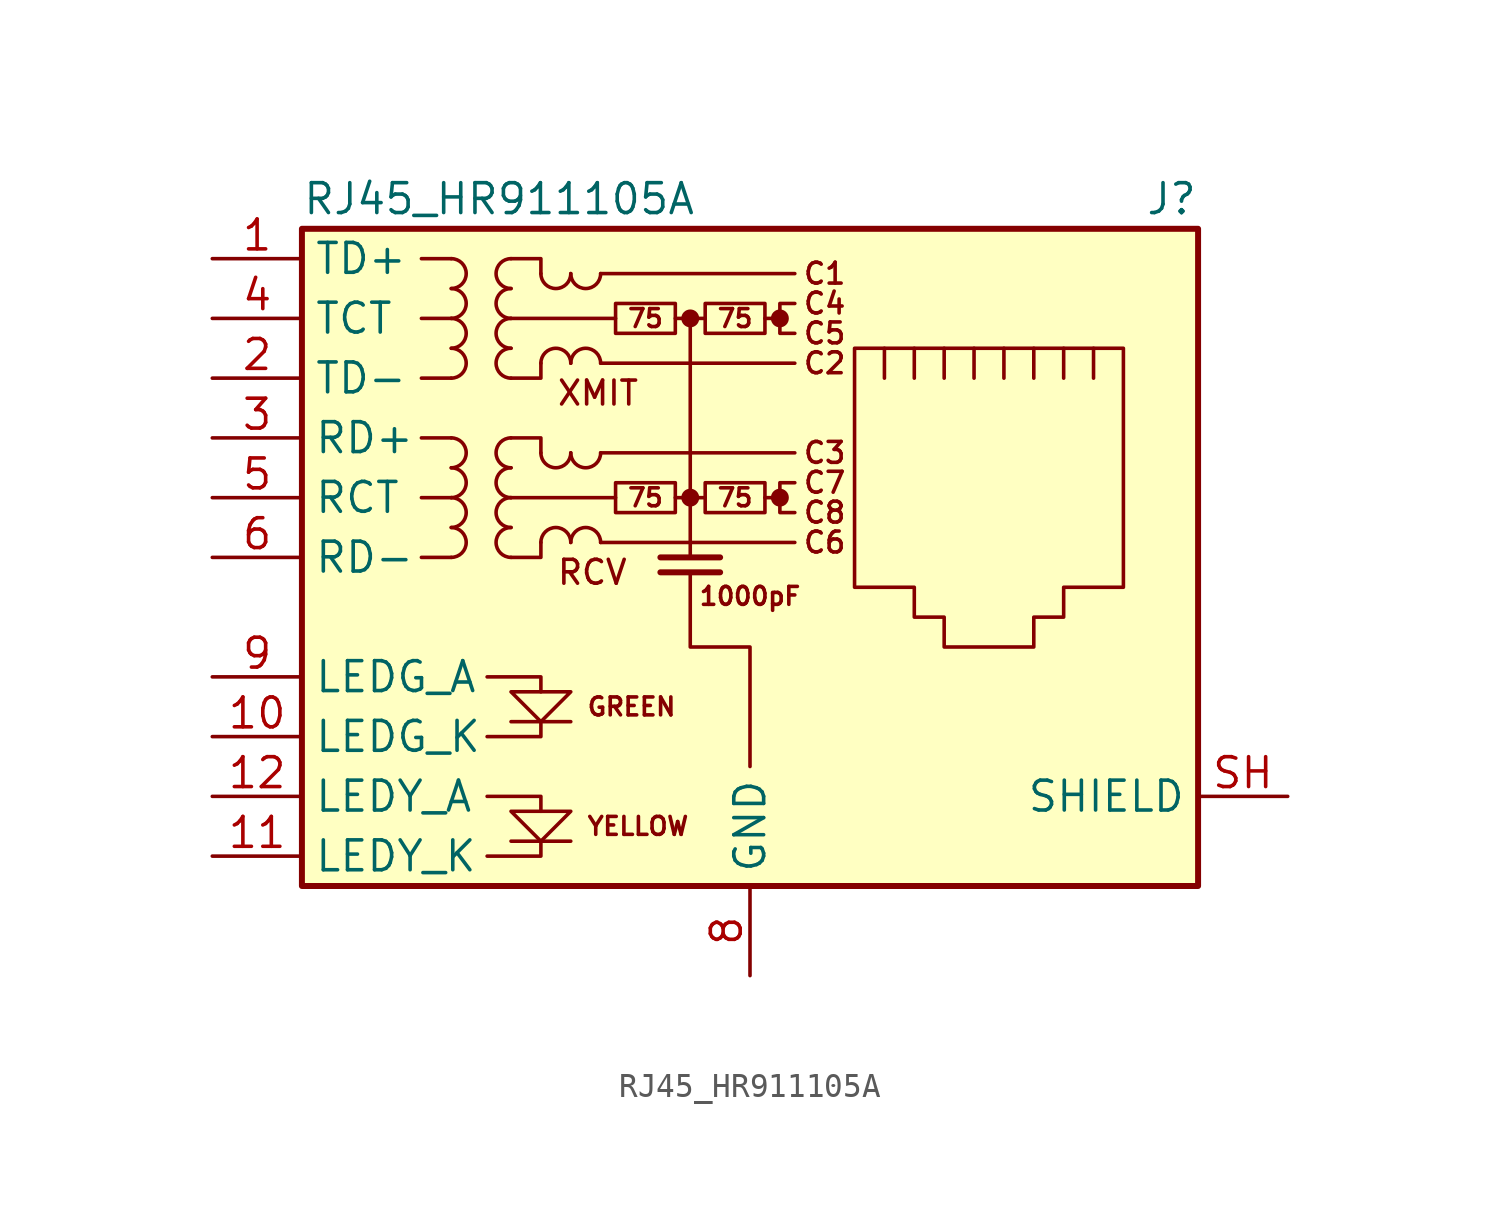
<source format=kicad_sym>
(kicad_symbol_lib
  (version 20220914)
  (generator kicad_symbol_editor)
  (symbol "RJ45_HR911105A"
    (property "Reference" "J"
      (at 19.05 15.24 0)
      (effects (font (size 1.27 1.27)) (justify right)))
    (property "Value" "RJ45_HR911105A"
      (at -19.05 15.24 0)
      (effects (font (size 1.27 1.27)) (justify left)))
    (symbol "RJ45_HR911105A_0_0"
      (circle (center -2.54 2.54) (radius 0.254) (stroke (width 0.254) (type default)) (fill (type outline)))
      (circle (center -2.54 10.16) (radius 0.254) (stroke (width 0.254) (type default)) (fill (type outline)))
      (polyline (pts (xy -7.62 -12.065) (xy -10.16 -12.065)) (stroke (width 0) (type default)) (fill (type none)))
      (polyline (pts (xy -7.62 -6.985) (xy -10.16 -6.985)) (stroke (width 0) (type default)) (fill (type none)))
      (polyline (pts (xy -2.54 10.16) (xy -2.54 0)) (stroke (width 0) (type default)) (fill (type none)))
      (polyline (pts (xy -1.27 -0.635) (xy -3.81 -0.635)) (stroke (width 0.254) (type default)) (fill (type none)))
      (polyline (pts (xy -1.27 0) (xy -3.81 0)) (stroke (width 0.254) (type default)) (fill (type none)))
      (polyline (pts (xy 1.27 2.54) (xy 0.635 2.54)) (stroke (width 0) (type default)) (fill (type none)))
      (polyline (pts (xy 1.27 10.16) (xy 0.635 10.16)) (stroke (width 0) (type default)) (fill (type none)))
      (polyline (pts (xy -11.176 -12.7) (xy -8.89 -12.7) (xy -8.89 -12.065)) (stroke (width 0) (type default)) (fill (type none)))
      (polyline (pts (xy -11.176 -10.16) (xy -8.89 -10.16) (xy -8.89 -10.795)) (stroke (width 0) (type default)) (fill (type none)))
      (polyline (pts (xy -11.176 -5.08) (xy -8.89 -5.08) (xy -8.89 -5.715)) (stroke (width 0) (type default)) (fill (type none)))
      (polyline (pts (xy -8.89 -6.985) (xy -8.89 -7.62) (xy -11.176 -7.62)) (stroke (width 0) (type default)) (fill (type none)))
      (polyline (pts (xy -10.16 -5.715) (xy -7.62 -5.715) (xy -8.89 -6.985) (xy -10.16 -5.715)) (stroke (width 0) (type default)) (fill (type none)))
      (polyline (pts (xy -7.62 -10.795) (xy -10.16 -10.795) (xy -8.89 -12.065) (xy -7.62 -10.795)) (stroke (width 0) (type default)) (fill (type none)))
      (polyline (pts (xy -2.54 -0.635) (xy -2.54 -3.81) (xy 0 -3.81) (xy 0 -8.89)) (stroke (width 0) (type default)) (fill (type none)))
      (polyline (pts (xy 1.905 3.175) (xy 1.27 3.175) (xy 1.27 1.905) (xy 1.905 1.905)) (stroke (width 0) (type default)) (fill (type none)))
      (polyline (pts (xy 1.905 10.795) (xy 1.27 10.795) (xy 1.27 9.525) (xy 1.905 9.525)) (stroke (width 0) (type default)) (fill (type none)))
      (circle (center 1.27 2.54) (radius 0.254) (stroke (width 0.254) (type default)) (fill (type outline)))
      (circle (center 1.27 10.16) (radius 0.254) (stroke (width 0.254) (type default)) (fill (type outline)))
      (text "1000pF" (at 0 -1.651 0) (effects (font (size 0.762 0.762))))
      (text "75" (at -4.445 2.54 0) (effects (font (size 0.762 0.762))))
      (text "75" (at -4.445 10.16 0) (effects (font (size 0.762 0.762))))
      (text "75" (at -0.635 2.54 0) (effects (font (size 0.762 0.762))))
      (text "75" (at -0.635 10.16 0) (effects (font (size 0.762 0.762))))
      (text "C1" (at 3.175 12.065 0) (effects (font (size 0.889 0.889))))
      (text "C2" (at 3.175 8.255 0) (effects (font (size 0.889 0.889))))
      (text "C3" (at 3.175 4.445 0) (effects (font (size 0.889 0.889))))
      (text "C4" (at 3.175 10.795 0) (effects (font (size 0.889 0.889))))
      (text "C5" (at 3.175 9.525 0) (effects (font (size 0.889 0.889))))
      (text "C6" (at 3.175 0.635 0) (effects (font (size 0.889 0.889))))
      (text "C7" (at 3.175 3.175 0) (effects (font (size 0.889 0.889))))
      (text "C8" (at 3.175 1.905 0) (effects (font (size 0.889 0.889))))
      (text "GREEN" (at -6.985 -6.35 0) (effects (font (size 0.762 0.762)) (justify left)))
      (text "RCV" (at -8.255 -0.635 0) (effects (font (size 1.016 1.016)) (justify left)))
      (text "XMIT" (at -8.255 6.985 0) (effects (font (size 1.016 1.016)) (justify left)))
      (text "YELLOW" (at -6.985 -11.43 0) (effects (font (size 0.762 0.762)) (justify left))))
    (symbol "RJ45_HR911105A_0_1"
      (rectangle (start -19.05 13.97) (end 19.05 -13.97) (stroke (width 0.254) (type default)) (fill (type background)))
      (arc (start -12.7 0) (mid -12.0677 0.635) (end -12.7 1.27) (stroke (width 0) (type default)) (fill (type none)))
      (arc (start -12.7 1.27) (mid -12.0677 1.905) (end -12.7 2.54) (stroke (width 0) (type default)) (fill (type none)))
      (arc (start -12.7 2.54) (mid -12.0677 3.175) (end -12.7 3.81) (stroke (width 0) (type default)) (fill (type none)))
      (arc (start -12.7 3.81) (mid -12.0677 4.445) (end -12.7 5.08) (stroke (width 0) (type default)) (fill (type none)))
      (arc (start -12.7 7.62) (mid -12.0677 8.255) (end -12.7 8.89) (stroke (width 0) (type default)) (fill (type none)))
      (arc (start -12.7 8.89) (mid -12.0677 9.525) (end -12.7 10.16) (stroke (width 0) (type default)) (fill (type none)))
      (arc (start -12.7 10.16) (mid -12.0677 10.795) (end -12.7 11.43) (stroke (width 0) (type default)) (fill (type none)))
      (arc (start -12.7 11.43) (mid -12.0677 12.065) (end -12.7 12.7) (stroke (width 0) (type default)) (fill (type none)))
      (arc (start -10.16 1.27) (mid -10.7923 0.635) (end -10.16 0) (stroke (width 0) (type default)) (fill (type none)))
      (arc (start -10.16 2.54) (mid -10.7923 1.905) (end -10.16 1.27) (stroke (width 0) (type default)) (fill (type none)))
      (arc (start -10.16 3.81) (mid -10.7923 3.175) (end -10.16 2.54) (stroke (width 0) (type default)) (fill (type none)))
      (arc (start -10.16 5.08) (mid -10.7923 4.445) (end -10.16 3.81) (stroke (width 0) (type default)) (fill (type none)))
      (arc (start -10.16 8.89) (mid -10.7923 8.255) (end -10.16 7.62) (stroke (width 0) (type default)) (fill (type none)))
      (arc (start -10.16 10.16) (mid -10.7923 9.525) (end -10.16 8.89) (stroke (width 0) (type default)) (fill (type none)))
      (arc (start -10.16 11.43) (mid -10.7923 10.795) (end -10.16 10.16) (stroke (width 0) (type default)) (fill (type none)))
      (arc (start -10.16 12.7) (mid -10.7923 12.065) (end -10.16 11.43) (stroke (width 0) (type default)) (fill (type none)))
      (arc (start -8.89 4.445) (mid -8.255 3.8127) (end -7.62 4.445) (stroke (width 0) (type default)) (fill (type none)))
      (arc (start -8.89 12.065) (mid -8.255 11.4327) (end -7.62 12.065) (stroke (width 0) (type default)) (fill (type none)))
      (arc (start -7.62 0.635) (mid -8.255 1.2673) (end -8.89 0.635) (stroke (width 0) (type default)) (fill (type none)))
      (arc (start -7.62 4.445) (mid -6.985 3.8127) (end -6.35 4.445) (stroke (width 0) (type default)) (fill (type none)))
      (arc (start -7.62 8.255) (mid -8.255 8.8873) (end -8.89 8.255) (stroke (width 0) (type default)) (fill (type none)))
      (arc (start -7.62 12.065) (mid -6.985 11.4327) (end -6.35 12.065) (stroke (width 0) (type default)) (fill (type none)))
      (arc (start -6.35 0.635) (mid -6.985 1.2673) (end -7.62 0.635) (stroke (width 0) (type default)) (fill (type none)))
      (arc (start -6.35 8.255) (mid -6.985 8.8873) (end -7.62 8.255) (stroke (width 0) (type default)) (fill (type none)))
      (rectangle (start -5.715 3.175) (end -3.175 1.905) (stroke (width 0) (type default)) (fill (type none)))
      (rectangle (start -5.715 10.795) (end -3.175 9.525) (stroke (width 0) (type default)) (fill (type none)))
      (rectangle (start -1.905 3.175) (end 0.635 1.905) (stroke (width 0) (type default)) (fill (type none)))
      (rectangle (start -1.905 10.795) (end 0.635 9.525) (stroke (width 0) (type default)) (fill (type none)))
      (polyline (pts (xy -12.7 0) (xy -13.97 0)) (stroke (width 0) (type default)) (fill (type none)))
      (polyline (pts (xy -12.7 2.54) (xy -13.97 2.54)) (stroke (width 0) (type default)) (fill (type none)))
      (polyline (pts (xy -12.7 5.08) (xy -13.97 5.08)) (stroke (width 0) (type default)) (fill (type none)))
      (polyline (pts (xy -12.7 7.62) (xy -13.97 7.62)) (stroke (width 0) (type default)) (fill (type none)))
      (polyline (pts (xy -12.7 10.16) (xy -13.97 10.16)) (stroke (width 0) (type default)) (fill (type none)))
      (polyline (pts (xy -12.7 12.7) (xy -13.97 12.7)) (stroke (width 0) (type default)) (fill (type none)))
      (polyline (pts (xy -6.35 0.635) (xy 1.905 0.635)) (stroke (width 0) (type default)) (fill (type none)))
      (polyline (pts (xy -6.35 4.445) (xy 1.905 4.445)) (stroke (width 0) (type default)) (fill (type none)))
      (polyline (pts (xy -6.35 8.255) (xy 1.905 8.255)) (stroke (width 0) (type default)) (fill (type none)))
      (polyline (pts (xy -6.35 12.065) (xy 1.905 12.065)) (stroke (width 0) (type default)) (fill (type none)))
      (polyline (pts (xy -5.715 2.54) (xy -10.16 2.54)) (stroke (width 0) (type default)) (fill (type none)))
      (polyline (pts (xy -5.715 10.16) (xy -10.16 10.16)) (stroke (width 0) (type default)) (fill (type none)))
      (polyline (pts (xy -3.175 2.54) (xy -1.905 2.54)) (stroke (width 0) (type default)) (fill (type none)))
      (polyline (pts (xy -3.175 10.16) (xy -1.905 10.16)) (stroke (width 0) (type default)) (fill (type none)))
      (polyline (pts (xy 5.715 7.62) (xy 5.715 8.89)) (stroke (width 0) (type default)) (fill (type none)))
      (polyline (pts (xy 6.985 8.89) (xy 6.985 7.62)) (stroke (width 0) (type default)) (fill (type none)))
      (polyline (pts (xy 8.255 8.89) (xy 8.255 7.62)) (stroke (width 0) (type default)) (fill (type none)))
      (polyline (pts (xy 9.525 8.89) (xy 9.525 7.62)) (stroke (width 0) (type default)) (fill (type none)))
      (polyline (pts (xy 10.795 8.89) (xy 10.795 7.62)) (stroke (width 0) (type default)) (fill (type none)))
      (polyline (pts (xy 12.065 8.89) (xy 12.065 7.62)) (stroke (width 0) (type default)) (fill (type none)))
      (polyline (pts (xy 13.335 7.62) (xy 13.335 8.89)) (stroke (width 0) (type default)) (fill (type none)))
      (polyline (pts (xy 14.605 7.62) (xy 14.605 8.89)) (stroke (width 0) (type default)) (fill (type none)))
      (polyline (pts (xy -10.16 5.08) (xy -8.89 5.08) (xy -8.89 4.445)) (stroke (width 0) (type default)) (fill (type none)))
      (polyline (pts (xy -10.16 12.7) (xy -8.89 12.7) (xy -8.89 12.065)) (stroke (width 0) (type default)) (fill (type none)))
      (polyline (pts (xy -8.89 0.635) (xy -8.89 0) (xy -10.16 0)) (stroke (width 0) (type default)) (fill (type none)))
      (polyline (pts (xy -8.89 8.255) (xy -8.89 7.62) (xy -10.16 7.62)) (stroke (width 0) (type default)) (fill (type none)))
      (polyline (pts (xy 4.445 8.89) (xy 15.875 8.89) (xy 15.875 -1.27) (xy 13.335 -1.27) (xy 13.335 -2.54) (xy 12.065 -2.54) (xy 12.065 -3.81) (xy 8.255 -3.81) (xy 8.255 -2.54) (xy 6.985 -2.54) (xy 6.985 -1.27) (xy 4.445 -1.27) (xy 4.445 8.89)) (stroke (width 0) (type default)) (fill (type none))))
    (symbol "RJ45_HR911105A_1_1"
      (pin passive line (at -22.86 12.7 0) (length 3.81) (name "TD+" (effects (font (size 1.27 1.27)))) (number "1" (effects (font (size 1.27 1.27)))))
      (pin passive line (at -22.86 -7.62 0) (length 3.81) (name "LEDG_K" (effects (font (size 1.27 1.27)))) (number "10" (effects (font (size 1.27 1.27)))))
      (pin passive line (at -22.86 -12.7 0) (length 3.81) (name "LEDY_K" (effects (font (size 1.27 1.27)))) (number "11" (effects (font (size 1.27 1.27)))))
      (pin passive line (at -22.86 -10.16 0) (length 3.81) (name "LEDY_A" (effects (font (size 1.27 1.27)))) (number "12" (effects (font (size 1.27 1.27)))))
      (pin passive line (at -22.86 7.62 0) (length 3.81) (name "TD-" (effects (font (size 1.27 1.27)))) (number "2" (effects (font (size 1.27 1.27)))))
      (pin passive line (at -22.86 5.08 0) (length 3.81) (name "RD+" (effects (font (size 1.27 1.27)))) (number "3" (effects (font (size 1.27 1.27)))))
      (pin passive line (at -22.86 10.16 0) (length 3.81) (name "TCT" (effects (font (size 1.27 1.27)))) (number "4" (effects (font (size 1.27 1.27)))))
      (pin passive line (at -22.86 2.54 0) (length 3.81) (name "RCT" (effects (font (size 1.27 1.27)))) (number "5" (effects (font (size 1.27 1.27)))))
      (pin passive line (at -22.86 0 0) (length 3.81) (name "RD-" (effects (font (size 1.27 1.27)))) (number "6" (effects (font (size 1.27 1.27)))))
      (pin no_connect line (at 5.08 -5.08 0) (length 0) hide (name "NC" (effects (font (size 1.27 1.27)))) (number "7" (effects (font (size 1.27 1.27)))))
      (pin power_in line (at 0 -17.78 90) (length 3.81) (name "GND" (effects (font (size 1.27 1.27)))) (number "8" (effects (font (size 1.27 1.27)))))
      (pin passive line (at -22.86 -5.08 0) (length 3.81) (name "LEDG_A" (effects (font (size 1.27 1.27)))) (number "9" (effects (font (size 1.27 1.27)))))
      (pin passive line (at 22.86 -10.16 180) (length 3.81) (name "SHIELD" (effects (font (size 1.27 1.27)))) (number "SH" (effects (font (size 1.27 1.27))))))))
</source>
